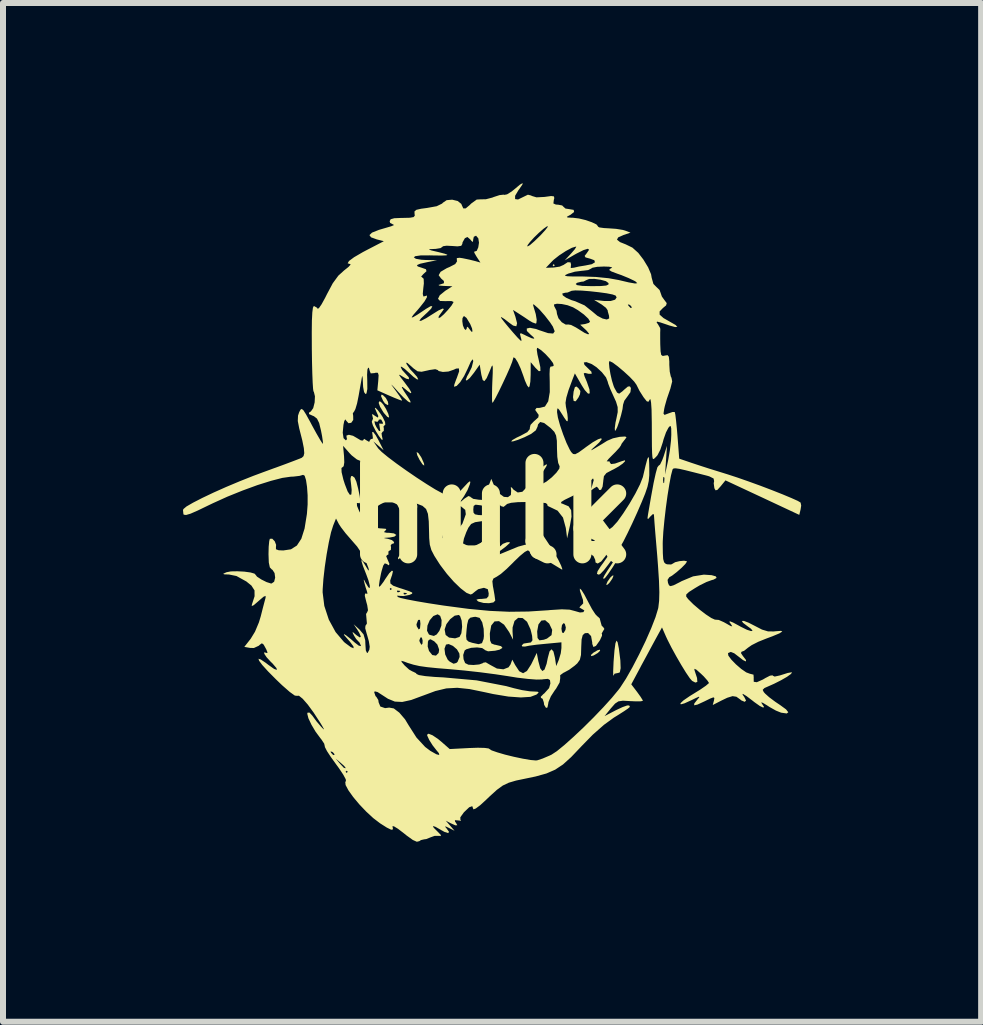
<source format=kicad_pcb>
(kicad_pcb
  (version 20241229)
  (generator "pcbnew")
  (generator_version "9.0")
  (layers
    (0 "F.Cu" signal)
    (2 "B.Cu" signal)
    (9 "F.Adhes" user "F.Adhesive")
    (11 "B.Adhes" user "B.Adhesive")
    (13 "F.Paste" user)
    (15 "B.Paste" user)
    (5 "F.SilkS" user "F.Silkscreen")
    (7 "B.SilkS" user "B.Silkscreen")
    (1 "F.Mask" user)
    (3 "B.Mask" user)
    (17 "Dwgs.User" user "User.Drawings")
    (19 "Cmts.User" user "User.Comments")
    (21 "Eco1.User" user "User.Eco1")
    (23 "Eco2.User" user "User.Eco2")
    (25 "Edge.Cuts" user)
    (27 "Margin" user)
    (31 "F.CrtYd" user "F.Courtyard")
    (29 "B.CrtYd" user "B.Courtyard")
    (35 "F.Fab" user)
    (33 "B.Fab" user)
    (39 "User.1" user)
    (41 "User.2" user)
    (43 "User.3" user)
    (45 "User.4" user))
  (footprint "hulk"
    (layer "F.Cu")
    (at 5.132 5.5)
    (property "Reference" "hulk" (at 0 0 0) (layer "F.SilkS") (effects (font (size 1.524 1.524) (thickness 0.3))))
    (attr board_only exclude_from_pos_files exclude_from_bom)
    (fp_poly (pts (xy 1.064 -4.129) (xy 1.046 -4.111) (xy 1.028 -4.129) (xy 1.046 -4.148)) (stroke (width 0) (type solid)) (fill yes) (layer "F.SilkS"))
    (fp_poly (pts (xy 1.82 2.295) (xy 1.782 2.332) (xy 1.712 2.374) (xy 1.672 2.385) (xy 1.667 2.366) (xy 1.705 2.33) (xy 1.775 2.288) (xy 1.815 2.277)) (stroke (width 0) (type solid)) (fill yes) (layer "F.SilkS"))
    (fp_poly (pts (xy -1.799 -1.964) (xy -1.752 -1.918) (xy -1.718 -1.857) (xy -1.709 -1.81) (xy -1.723 -1.799) (xy -1.767 -1.827) (xy -1.797 -1.87) (xy -1.832 -1.949) (xy -1.822 -1.974)) (stroke (width 0) (type solid)) (fill yes) (layer "F.SilkS"))
    (fp_poly (pts (xy -1.209 -0.999) (xy -1.166 -0.936) (xy -1.156 -0.918) (xy -1.115 -0.825) (xy -1.112 -0.789) (xy -1.142 -0.813) (xy -1.189 -0.885) (xy -1.228 -0.963) (xy -1.238 -1.012) (xy -1.236 -1.015)) (stroke (width 0) (type solid)) (fill yes) (layer "F.SilkS"))
    (fp_poly (pts (xy 0.312 0.502) (xy 0.257 0.551) (xy 0.239 0.567) (xy 0.147 0.635) (xy 0.098 0.656) (xy 0.097 0.628) (xy 0.125 0.581) (xy 0.199 0.514) (xy 0.265 0.488) (xy 0.313 0.485)) (stroke (width 0) (type solid)) (fill yes) (layer "F.SilkS"))
    (fp_poly (pts (xy 2.023 1.094) (xy 2.022 1.095) (xy 1.974 1.165) (xy 1.942 1.195) (xy 1.92 1.197) (xy 1.942 1.145) (xy 1.942 1.144) (xy 1.991 1.074) (xy 2.023 1.044) (xy 2.044 1.042)) (stroke (width 0) (type solid)) (fill yes) (layer "F.SilkS"))
    (fp_poly (pts (xy 1.457 -2.082) (xy 1.491 -2.034) (xy 1.484 -1.979) (xy 1.459 -1.926) (xy 1.413 -1.862) (xy 1.379 -1.867) (xy 1.379 -1.868) (xy 1.368 -1.931) (xy 1.378 -2.024) (xy 1.399 -2.097) (xy 1.424 -2.109)) (stroke (width 0) (type solid)) (fill yes) (layer "F.SilkS"))
    (fp_poly (pts (xy -1.835 -1.853) (xy -1.794 -1.808) (xy -1.748 -1.733) (xy -1.711 -1.654) (xy -1.697 -1.599) (xy -1.7 -1.591) (xy -1.73 -1.606) (xy -1.782 -1.665) (xy -1.795 -1.683) (xy -1.848 -1.771) (xy -1.871 -1.835) (xy -1.86 -1.862)) (stroke (width 0) (type solid)) (fill yes) (layer "F.SilkS"))
    (fp_poly (pts (xy -1.338 0.531) (xy -1.38 0.599) (xy -1.439 0.677) (xy -1.5 0.741) (xy -1.544 0.771) (xy -1.547 0.771) (xy -1.548 0.746) (xy -1.51 0.681) (xy -1.467 0.622) (xy -1.397 0.542) (xy -1.346 0.497) (xy -1.33 0.493)) (stroke (width 0) (type solid)) (fill yes) (layer "F.SilkS"))
    (fp_poly (pts (xy 2.111 2.153) (xy 2.131 2.252) (xy 2.132 2.257) (xy 2.157 2.455) (xy 2.162 2.586) (xy 2.148 2.656) (xy 2.114 2.668) (xy 2.113 2.667) (xy 2.06 2.678) (xy 2.044 2.709) (xy 2.038 2.705) (xy 2.037 2.641) (xy 2.042 2.528) (xy 2.044 2.478) (xy 2.059 2.29) (xy 2.075 2.172) (xy 2.092 2.127)) (stroke (width 0) (type solid)) (fill yes) (layer "F.SilkS"))
    (fp_poly (pts (xy -1.888 -1.718) (xy -1.839 -1.652) (xy -1.803 -1.597) (xy -1.765 -1.518) (xy -1.76 -1.472) (xy -1.767 -1.468) (xy -1.791 -1.441) (xy -1.785 -1.413) (xy -1.786 -1.366) (xy -1.802 -1.358) (xy -1.823 -1.329) (xy -1.817 -1.285) (xy -1.803 -1.222) (xy -1.821 -1.222) (xy -1.868 -1.284) (xy -1.92 -1.367) (xy -1.967 -1.459) (xy -1.986 -1.52) (xy -1.983 -1.529) (xy -1.942 -1.529) (xy -1.931 -1.478) (xy -1.907 -1.429) (xy -1.865 -1.367) (xy -1.844 -1.369) (xy -1.854 -1.433) (xy -1.855 -1.436) (xy -1.863 -1.491) (xy -1.839 -1.489) (xy -1.803 -1.487) (xy -1.799 -1.501) (xy -1.825 -1.552) (xy -1.835 -1.56) (xy -1.869 -1.556) (xy -1.872 -1.542) (xy -1.894 -1.518) (xy -1.909 -1.523) (xy -1.942 -1.529) (xy -1.983 -1.529) (xy -1.981 -1.535) (xy -1.965 -1.573) (xy -1.973 -1.608) (xy -1.983 -1.649) (xy -1.954 -1.636) (xy -1.934 -1.62) (xy -1.883 -1.59) (xy -1.877 -1.617) (xy -1.912 -1.695) (xy -1.935 -1.749) (xy -1.924 -1.753)) (stroke (width 0) (type solid)) (fill yes) (layer "F.SilkS"))
    (fp_poly (pts (xy 2.633 -0.914) (xy 2.637 -0.834) (xy 2.639 -0.741) (xy 2.639 -0.628) (xy 2.63 -0.533) (xy 2.609 -0.437) (xy 2.571 -0.325) (xy 2.511 -0.178) (xy 2.437 -0.007) (xy 2.355 0.173) (xy 2.276 0.338) (xy 2.209 0.471) (xy 2.161 0.556) (xy 2.154 0.566) (xy 2.108 0.65) (xy 2.119 0.688) (xy 2.12 0.688) (xy 2.126 0.725) (xy 2.088 0.809) (xy 2.031 0.902) (xy 1.95 1.021) (xy 1.901 1.084) (xy 1.877 1.099) (xy 1.872 1.08) (xy 1.891 1.041) (xy 1.94 0.962) (xy 1.986 0.894) (xy 2.046 0.801) (xy 2.08 0.734) (xy 2.084 0.714) (xy 2.057 0.732) (xy 2.002 0.797) (xy 1.953 0.863) (xy 1.882 0.954) (xy 1.824 1.014) (xy 1.799 1.028) (xy 1.767 1.015) (xy 1.777 0.971) (xy 1.831 0.886) (xy 1.873 0.829) (xy 1.937 0.737) (xy 1.976 0.666) (xy 1.981 0.645) (xy 1.964 0.647) (xy 1.922 0.698) (xy 1.904 0.725) (xy 1.838 0.807) (xy 1.78 0.842) (xy 1.744 0.825) (xy 1.738 0.78) (xy 1.709 0.717) (xy 1.625 0.661) (xy 1.536 0.61) (xy 1.508 0.571) (xy 1.546 0.551) (xy 1.569 0.549) (xy 1.59 0.537) (xy 1.543 0.505) (xy 1.523 0.495) (xy 1.462 0.464) (xy 1.452 0.451) (xy 1.502 0.451) (xy 1.597 0.459) (xy 1.7 0.467) (xy 1.737 0.464) (xy 1.716 0.449) (xy 1.679 0.432) (xy 1.598 0.389) (xy 1.587 0.361) (xy 1.648 0.351) (xy 1.698 0.354) (xy 1.757 0.355) (xy 1.754 0.347) (xy 1.743 0.344) (xy 1.659 0.312) (xy 1.645 0.289) (xy 1.698 0.279) (xy 1.778 0.284) (xy 1.901 0.289) (xy 1.983 0.265) (xy 2.025 0.234) (xy 2.107 0.144) (xy 2.205 0.007) (xy 2.309 -0.155) (xy 2.407 -0.324) (xy 2.485 -0.478) (xy 2.532 -0.598) (xy 2.536 -0.615) (xy 2.577 -0.789) (xy 2.605 -0.894) (xy 2.623 -0.935)) (stroke (width 0) (type solid)) (fill yes) (layer "F.SilkS"))
    (fp_poly (pts (xy 0.524 -5.474) (xy 0.47 -5.395) (xy 0.459 -5.381) (xy 0.403 -5.287) (xy 0.403 -5.232) (xy 0.452 -5.225) (xy 0.536 -5.266) (xy 0.616 -5.305) (xy 0.672 -5.291) (xy 0.679 -5.285) (xy 0.759 -5.261) (xy 0.894 -5.268) (xy 0.901 -5.269) (xy 1.004 -5.283) (xy 1.05 -5.277) (xy 1.056 -5.248) (xy 1.048 -5.217) (xy 1.041 -5.159) (xy 1.084 -5.14) (xy 1.117 -5.139) (xy 1.187 -5.126) (xy 1.211 -5.102) (xy 1.243 -5.074) (xy 1.303 -5.065) (xy 1.379 -5.052) (xy 1.386 -5.017) (xy 1.326 -4.97) (xy 1.312 -4.963) (xy 1.266 -4.937) (xy 1.276 -4.925) (xy 1.35 -4.921) (xy 1.367 -4.921) (xy 1.466 -4.909) (xy 1.579 -4.882) (xy 1.682 -4.846) (xy 1.758 -4.81) (xy 1.784 -4.779) (xy 1.782 -4.775) (xy 1.806 -4.76) (xy 1.884 -4.749) (xy 1.957 -4.745) (xy 2.086 -4.736) (xy 2.198 -4.718) (xy 2.236 -4.707) (xy 2.326 -4.673) (xy 2.209 -4.633) (xy 2.12 -4.593) (xy 2.101 -4.555) (xy 2.152 -4.515) (xy 2.247 -4.477) (xy 2.358 -4.423) (xy 2.456 -4.335) (xy 2.541 -4.224) (xy 2.62 -4.094) (xy 2.669 -3.979) (xy 2.679 -3.921) (xy 2.708 -3.818) (xy 2.753 -3.772) (xy 2.811 -3.716) (xy 2.826 -3.674) (xy 2.849 -3.608) (xy 2.89 -3.551) (xy 2.93 -3.498) (xy 2.919 -3.46) (xy 2.866 -3.416) (xy 2.811 -3.359) (xy 2.812 -3.306) (xy 2.876 -3.249) (xy 2.979 -3.19) (xy 3.077 -3.134) (xy 3.107 -3.103) (xy 3.071 -3.099) (xy 2.972 -3.126) (xy 2.938 -3.138) (xy 2.825 -3.176) (xy 2.769 -3.19) (xy 2.761 -3.178) (xy 2.786 -3.142) (xy 2.82 -3.083) (xy 2.823 -3.06) (xy 2.821 -3.008) (xy 2.821 -2.908) (xy 2.822 -2.815) (xy 2.827 -2.696) (xy 2.838 -2.635) (xy 2.864 -2.617) (xy 2.9 -2.624) (xy 2.944 -2.631) (xy 2.965 -2.604) (xy 2.973 -2.527) (xy 2.973 -2.469) (xy 2.98 -2.357) (xy 2.998 -2.275) (xy 3.009 -2.254) (xy 3.021 -2.193) (xy 2.991 -2.074) (xy 2.978 -2.036) (xy 2.933 -1.905) (xy 2.898 -1.781) (xy 2.888 -1.736) (xy 2.876 -1.657) (xy 2.893 -1.635) (xy 2.951 -1.657) (xy 2.956 -1.659) (xy 3.028 -1.684) (xy 3.063 -1.684) (xy 3.073 -1.643) (xy 3.085 -1.544) (xy 3.099 -1.405) (xy 3.109 -1.287) (xy 3.138 -0.906) (xy 3.34 -0.837) (xy 3.461 -0.797) (xy 3.627 -0.743) (xy 3.814 -0.685) (xy 3.946 -0.644) (xy 4.108 -0.591) (xy 4.294 -0.526) (xy 4.49 -0.455) (xy 4.684 -0.381) (xy 4.861 -0.311) (xy 5.009 -0.249) (xy 5.114 -0.202) (xy 5.161 -0.174) (xy 5.171 -0.124) (xy 5.161 -0.06) (xy 5.139 0.031) (xy 4.524 -0.257) (xy 3.909 -0.544) (xy 3.829 -0.446) (xy 3.774 -0.385) (xy 3.744 -0.378) (xy 3.724 -0.413) (xy 3.713 -0.496) (xy 3.72 -0.531) (xy 3.711 -0.575) (xy 3.639 -0.611) (xy 3.605 -0.621) (xy 3.393 -0.675) (xy 3.242 -0.713) (xy 3.141 -0.736) (xy 3.079 -0.745) (xy 3.046 -0.743) (xy 3.03 -0.731) (xy 3.026 -0.722) (xy 3.001 -0.627) (xy 2.973 -0.477) (xy 2.943 -0.29) (xy 2.915 -0.084) (xy 2.891 0.123) (xy 2.873 0.313) (xy 2.864 0.468) (xy 2.863 0.513) (xy 2.865 0.669) (xy 2.871 0.767) (xy 2.886 0.821) (xy 2.913 0.847) (xy 2.936 0.855) (xy 3.003 0.858) (xy 3.028 0.845) (xy 3.07 0.82) (xy 3.144 0.802) (xy 3.219 0.795) (xy 3.264 0.804) (xy 3.267 0.81) (xy 3.241 0.849) (xy 3.177 0.914) (xy 3.096 0.985) (xy 3.019 1.044) (xy 2.972 1.071) (xy 2.944 1.114) (xy 2.951 1.164) (xy 2.968 1.205) (xy 2.993 1.219) (xy 3.045 1.204) (xy 3.139 1.157) (xy 3.18 1.135) (xy 3.369 1.056) (xy 3.543 1.028) (xy 3.562 1.028) (xy 3.679 1.036) (xy 3.748 1.056) (xy 3.761 1.082) (xy 3.711 1.11) (xy 3.68 1.118) (xy 3.592 1.15) (xy 3.475 1.208) (xy 3.401 1.252) (xy 3.302 1.315) (xy 3.256 1.357) (xy 3.254 1.391) (xy 3.286 1.434) (xy 3.291 1.439) (xy 3.374 1.522) (xy 3.476 1.609) (xy 3.582 1.69) (xy 3.673 1.75) (xy 3.735 1.778) (xy 3.748 1.778) (xy 3.797 1.782) (xy 3.881 1.819) (xy 3.919 1.84) (xy 3.998 1.885) (xy 4.022 1.888) (xy 4.006 1.861) (xy 3.974 1.816) (xy 3.982 1.804) (xy 4.037 1.826) (xy 4.146 1.885) (xy 4.163 1.895) (xy 4.267 1.946) (xy 4.336 1.968) (xy 4.361 1.962) (xy 4.333 1.928) (xy 4.279 1.889) (xy 4.201 1.83) (xy 4.182 1.799) (xy 4.216 1.798) (xy 4.294 1.828) (xy 4.388 1.876) (xy 4.518 1.943) (xy 4.618 1.973) (xy 4.716 1.974) (xy 4.741 1.971) (xy 4.834 1.964) (xy 4.856 1.975) (xy 4.808 2.006) (xy 4.69 2.055) (xy 4.588 2.093) (xy 4.456 2.146) (xy 4.346 2.202) (xy 4.284 2.245) (xy 4.219 2.297) (xy 4.177 2.312) (xy 4.167 2.334) (xy 4.197 2.38) (xy 4.251 2.45) (xy 4.25 2.474) (xy 4.201 2.451) (xy 4.145 2.407) (xy 4.055 2.338) (xy 3.998 2.315) (xy 3.957 2.332) (xy 3.951 2.338) (xy 3.957 2.377) (xy 4.007 2.444) (xy 4.084 2.523) (xy 4.172 2.599) (xy 4.255 2.656) (xy 4.316 2.679) (xy 4.317 2.679) (xy 4.376 2.694) (xy 4.38 2.749) (xy 4.379 2.753) (xy 4.38 2.813) (xy 4.431 2.82) (xy 4.533 2.775) (xy 4.575 2.75) (xy 4.651 2.711) (xy 4.695 2.705) (xy 4.698 2.712) (xy 4.729 2.726) (xy 4.816 2.707) (xy 4.851 2.696) (xy 4.946 2.666) (xy 5.008 2.655) (xy 5.018 2.657) (xy 5 2.683) (xy 4.933 2.731) (xy 4.834 2.788) (xy 4.719 2.846) (xy 4.647 2.878) (xy 4.559 2.917) (xy 4.529 2.947) (xy 4.547 2.984) (xy 4.57 3.01) (xy 4.637 3.07) (xy 4.74 3.147) (xy 4.819 3.2) (xy 4.919 3.273) (xy 4.956 3.321) (xy 4.93 3.341) (xy 4.839 3.328) (xy 4.832 3.326) (xy 4.75 3.293) (xy 4.645 3.234) (xy 4.605 3.208) (xy 4.533 3.164) (xy 4.504 3.156) (xy 4.512 3.171) (xy 4.551 3.23) (xy 4.539 3.244) (xy 4.481 3.216) (xy 4.384 3.147) (xy 4.371 3.136) (xy 4.259 3.051) (xy 4.199 3.014) (xy 4.193 3.026) (xy 4.222 3.066) (xy 4.252 3.125) (xy 4.23 3.147) (xy 4.173 3.123) (xy 4.154 3.107) (xy 4.091 3.062) (xy 4.027 3.052) (xy 3.939 3.079) (xy 3.847 3.123) (xy 3.697 3.2) (xy 3.717 3.125) (xy 3.724 3.083) (xy 3.708 3.072) (xy 3.655 3.092) (xy 3.557 3.14) (xy 3.442 3.193) (xy 3.387 3.205) (xy 3.389 3.175) (xy 3.441 3.109) (xy 3.474 3.069) (xy 3.467 3.061) (xy 3.41 3.086) (xy 3.347 3.117) (xy 3.226 3.172) (xy 3.164 3.189) (xy 3.158 3.171) (xy 3.209 3.123) (xy 3.314 3.051) (xy 3.371 3.016) (xy 3.492 2.941) (xy 3.583 2.878) (xy 3.63 2.838) (xy 3.634 2.832) (xy 3.609 2.793) (xy 3.547 2.723) (xy 3.5 2.678) (xy 3.423 2.61) (xy 3.39 2.596) (xy 3.394 2.624) (xy 3.435 2.749) (xy 3.44 2.815) (xy 3.407 2.826) (xy 3.353 2.798) (xy 3.314 2.753) (xy 3.25 2.659) (xy 3.172 2.532) (xy 3.088 2.387) (xy 3.009 2.243) (xy 2.943 2.113) (xy 2.92 2.064) (xy 2.851 1.907) (xy 2.745 2.1) (xy 2.675 2.229) (xy 2.588 2.391) (xy 2.5 2.553) (xy 2.489 2.575) (xy 2.339 2.855) (xy 2.436 2.982) (xy 2.495 3.064) (xy 2.529 3.119) (xy 2.533 3.129) (xy 2.5 3.138) (xy 2.414 3.139) (xy 2.322 3.135) (xy 2.2 3.128) (xy 2.125 3.139) (xy 2.069 3.176) (xy 2.004 3.25) (xy 2.002 3.252) (xy 1.894 3.385) (xy 2.086 3.285) (xy 2.193 3.235) (xy 2.272 3.207) (xy 2.302 3.207) (xy 2.314 3.221) (xy 2.312 3.235) (xy 2.284 3.259) (xy 2.221 3.302) (xy 2.111 3.372) (xy 2.049 3.41) (xy 1.884 3.53) (xy 1.698 3.694) (xy 1.51 3.886) (xy 1.498 3.899) (xy 1.337 4.068) (xy 1.201 4.191) (xy 1.07 4.278) (xy 0.925 4.341) (xy 0.745 4.391) (xy 0.587 4.424) (xy 0.419 4.459) (xy 0.297 4.495) (xy 0.198 4.542) (xy 0.1 4.613) (xy -0.017 4.719) (xy -0.083 4.782) (xy -0.179 4.87) (xy -0.253 4.925) (xy -0.291 4.939) (xy -0.294 4.934) (xy -0.311 4.886) (xy -0.362 4.904) (xy -0.448 4.986) (xy -0.451 4.989) (xy -0.51 5.071) (xy -0.509 5.114) (xy -0.503 5.118) (xy -0.498 5.129) (xy -0.543 5.124) (xy -0.601 5.119) (xy -0.597 5.145) (xy -0.585 5.16) (xy -0.56 5.204) (xy -0.594 5.205) (xy -0.672 5.17) (xy -0.752 5.128) (xy -0.679 5.212) (xy -0.606 5.296) (xy -0.697 5.25) (xy -0.757 5.222) (xy -0.761 5.232) (xy -0.743 5.252) (xy -0.699 5.313) (xy -0.711 5.335) (xy -0.774 5.315) (xy -0.821 5.289) (xy -0.922 5.231) (xy -0.967 5.216) (xy -0.954 5.245) (xy -0.892 5.307) (xy -0.835 5.366) (xy -0.837 5.385) (xy -0.856 5.381) (xy -0.939 5.381) (xy -1.003 5.404) (xy -1.076 5.434) (xy -1.114 5.439) (xy -1.166 5.451) (xy -1.193 5.469) (xy -1.235 5.479) (xy -1.302 5.449) (xy -1.405 5.375) (xy -1.452 5.337) (xy -1.549 5.263) (xy -1.616 5.222) (xy -1.642 5.219) (xy -1.64 5.225) (xy -1.632 5.272) (xy -1.661 5.279) (xy -1.735 5.243) (xy -1.847 5.172) (xy -1.961 5.085) (xy -2.08 4.975) (xy -2.195 4.854) (xy -2.296 4.733) (xy -2.375 4.622) (xy -2.422 4.534) (xy -2.428 4.48) (xy -2.416 4.47) (xy -2.42 4.437) (xy -2.461 4.361) (xy -2.493 4.313) (xy -2.423 4.313) (xy -2.404 4.331) (xy -2.386 4.313) (xy -2.404 4.295) (xy -2.423 4.313) (xy -2.493 4.313) (xy -2.533 4.253) (xy -2.582 4.186) (xy -2.649 4.093) (xy -2.588 4.093) (xy -2.518 4.175) (xy -2.453 4.245) (xy -2.424 4.255) (xy -2.423 4.245) (xy -2.447 4.215) (xy -2.505 4.163) (xy -2.588 4.093) (xy -2.649 4.093) (xy -2.669 4.065) (xy -2.728 3.975) (xy -2.674 3.975) (xy -2.665 3.995) (xy -2.628 4.035) (xy -2.606 4.027) (xy -2.606 4.021) (xy -2.632 3.99) (xy -2.648 3.979) (xy -2.674 3.975) (xy -2.728 3.975) (xy -2.734 3.965) (xy -2.767 3.901) (xy -2.769 3.887) (xy -2.779 3.844) (xy -2.826 3.773) (xy -2.84 3.756) (xy -2.922 3.645) (xy -2.992 3.527) (xy -3.042 3.421) (xy -3.061 3.346) (xy -3.057 3.328) (xy -3.024 3.326) (xy -2.976 3.378) (xy -2.908 3.471) (xy -2.833 3.559) (xy -2.79 3.604) (xy -2.783 3.602) (xy -2.814 3.546) (xy -2.85 3.487) (xy -2.955 3.326) (xy -3.053 3.192) (xy -3.137 3.096) (xy -3.2 3.045) (xy -3.23 3.047) (xy -3.268 3.043) (xy -3.352 2.983) (xy -3.481 2.87) (xy -3.58 2.775) (xy -3.715 2.639) (xy -3.811 2.533) (xy -3.864 2.462) (xy -3.874 2.429) (xy -3.838 2.44) (xy -3.753 2.497) (xy -3.709 2.531) (xy -3.613 2.599) (xy -3.567 2.615) (xy -3.575 2.584) (xy -3.639 2.509) (xy -3.671 2.478) (xy -3.739 2.404) (xy -3.777 2.347) (xy -3.778 2.32) (xy -3.74 2.333) (xy -3.722 2.328) (xy -3.745 2.271) (xy -3.788 2.193) (xy -3.817 2.171) (xy -3.851 2.195) (xy -3.869 2.212) (xy -3.951 2.25) (xy -4.017 2.248) (xy -4.11 2.231) (xy -4.004 2.096) (xy -3.932 1.978) (xy -3.867 1.823) (xy -3.837 1.724) (xy -3.803 1.59) (xy -3.773 1.476) (xy -3.756 1.413) (xy -3.755 1.381) (xy -3.789 1.395) (xy -3.864 1.459) (xy -3.874 1.468) (xy -3.953 1.536) (xy -3.987 1.551) (xy -3.983 1.523) (xy -3.939 1.387) (xy -3.94 1.321) (xy -2.805 1.321) (xy -2.777 1.548) (xy -2.702 1.777) (xy -2.589 1.984) (xy -2.451 2.147) (xy -2.433 2.163) (xy -2.336 2.235) (xy -2.288 2.254) (xy -2.292 2.223) (xy -2.35 2.145) (xy -2.388 2.102) (xy -2.445 2.036) (xy -2.451 2.016) (xy -2.413 2.039) (xy -2.334 2.102) (xy -2.267 2.161) (xy -2.203 2.21) (xy -2.168 2.218) (xy -2.166 2.211) (xy -2.193 2.155) (xy -2.202 2.147) (xy -2.247 2.099) (xy -2.281 2.044) (xy -2.308 1.99) (xy -2.296 1.989) (xy -2.244 2.034) (xy -2.185 2.074) (xy -2.168 2.06) (xy -2.194 1.998) (xy -2.227 1.944) (xy -2.288 1.854) (xy -2.19 1.943) (xy -2.123 2.023) (xy -2.095 2.121) (xy -2.092 2.193) (xy -2.085 2.291) (xy -2.065 2.332) (xy -2.055 2.331) (xy -2.027 2.28) (xy -2.02 2.228) (xy -2.021 2.224) (xy -1.054 2.224) (xy -1.032 2.299) (xy -0.977 2.367) (xy -0.916 2.377) (xy -0.872 2.333) (xy -0.863 2.28) (xy -0.868 2.262) (xy -0.774 2.262) (xy -0.762 2.358) (xy -0.72 2.445) (xy -0.689 2.475) (xy -0.623 2.512) (xy -0.577 2.499) (xy -0.556 2.481) (xy -0.522 2.399) (xy -0.524 2.366) (xy -0.462 2.366) (xy -0.456 2.437) (xy -0.43 2.501) (xy -0.376 2.528) (xy -0.292 2.533) (xy -0.195 2.524) (xy -0.134 2.502) (xy -0.128 2.495) (xy -0.086 2.488) (xy -0.011 2.532) (xy 0.1 2.592) (xy 0.208 2.605) (xy 0.293 2.572) (xy 0.326 2.525) (xy 0.356 2.444) (xy 0.404 2.534) (xy 0.472 2.637) (xy 0.536 2.67) (xy 0.6 2.633) (xy 0.67 2.524) (xy 0.685 2.494) (xy 0.764 2.331) (xy 0.79 2.469) (xy 0.822 2.588) (xy 0.857 2.634) (xy 0.893 2.609) (xy 0.928 2.513) (xy 0.948 2.414) (xy 0.977 2.306) (xy 1.01 2.271) (xy 1.042 2.308) (xy 1.067 2.412) (xy 1.088 2.551) (xy 1.131 2.448) (xy 1.164 2.338) (xy 1.175 2.25) (xy 1.175 2.155) (xy 0.898 2.181) (xy 0.757 2.195) (xy 0.64 2.211) (xy 0.572 2.225) (xy 0.568 2.226) (xy 0.521 2.224) (xy 0.514 2.206) (xy 0.545 2.176) (xy 0.606 2.166) (xy 0.666 2.157) (xy 0.692 2.122) (xy 0.686 2.046) (xy 0.671 1.983) (xy 0.771 1.983) (xy 0.777 2.083) (xy 0.808 2.122) (xy 0.881 2.112) (xy 0.934 2.093) (xy 1.01 2.035) (xy 1.021 1.948) (xy 1.012 1.929) (xy 1.175 1.929) (xy 1.186 1.992) (xy 1.211 2) (xy 1.242 1.949) (xy 1.248 1.907) (xy 1.232 1.848) (xy 1.211 1.835) (xy 1.184 1.867) (xy 1.175 1.929) (xy 1.012 1.929) (xy 0.971 1.843) (xy 0.903 1.786) (xy 0.84 1.793) (xy 0.792 1.857) (xy 0.771 1.97) (xy 0.771 1.983) (xy 0.671 1.983) (xy 0.659 1.937) (xy 0.602 1.813) (xy 0.529 1.751) (xy 0.454 1.747) (xy 0.393 1.799) (xy 0.361 1.907) (xy 0.36 1.973) (xy 0.369 2.111) (xy 0.304 1.985) (xy 0.219 1.861) (xy 0.134 1.802) (xy 0.06 1.807) (xy 0.005 1.875) (xy -0.018 2.004) (xy -0.018 2.023) (xy -0.014 2.124) (xy 0.008 2.174) (xy 0.058 2.194) (xy 0.073 2.196) (xy 0.169 2.219) (xy 0.192 2.248) (xy 0.143 2.278) (xy 0.069 2.295) (xy -0.048 2.305) (xy -0.101 2.284) (xy -0.102 2.28) (xy -0.146 2.251) (xy -0.231 2.24) (xy -0.329 2.247) (xy -0.41 2.271) (xy -0.438 2.291) (xy -0.462 2.366) (xy -0.524 2.366) (xy -0.527 2.34) (xy -0.566 2.273) (xy -0.633 2.215) (xy -0.704 2.184) (xy -0.749 2.193) (xy -0.774 2.262) (xy -0.868 2.262) (xy -0.893 2.192) (xy -0.945 2.138) (xy -1.007 2.104) (xy -1.037 2.117) (xy -1.05 2.145) (xy -1.054 2.224) (xy -2.021 2.224) (xy -2.034 2.14) (xy -2.039 2.121) (xy -1.193 2.121) (xy -1.187 2.148) (xy -1.159 2.198) (xy -1.141 2.177) (xy -1.138 2.127) (xy -1.151 2.076) (xy -1.173 2.073) (xy -1.193 2.121) (xy -2.039 2.121) (xy -2.065 2.029) (xy -2.071 2.01) (xy -2.084 1.962) (xy -1.065 1.962) (xy -1.034 2.023) (xy -1.019 2.031) (xy -0.951 2.049) (xy -0.904 2.024) (xy -0.859 1.964) (xy -0.852 1.945) (xy -0.771 1.945) (xy -0.755 2.032) (xy -0.698 2.076) (xy -0.597 2.089) (xy -0.523 2.065) (xy -0.516 2.05) (xy -0.414 2.05) (xy -0.406 2.112) (xy -0.373 2.143) (xy -0.313 2.163) (xy -0.206 2.186) (xy -0.149 2.169) (xy -0.123 2.101) (xy -0.117 2.051) (xy -0.121 1.93) (xy -0.145 1.822) (xy -0.188 1.748) (xy -0.255 1.73) (xy -0.284 1.732) (xy -0.344 1.745) (xy -0.377 1.78) (xy -0.396 1.857) (xy -0.405 1.937) (xy -0.414 2.05) (xy -0.516 2.05) (xy -0.493 2.005) (xy -0.48 1.897) (xy -0.488 1.793) (xy -0.514 1.718) (xy -0.535 1.699) (xy -0.604 1.711) (xy -0.679 1.769) (xy -0.742 1.852) (xy -0.771 1.938) (xy -0.771 1.945) (xy -0.852 1.945) (xy -0.826 1.877) (xy -0.822 1.785) (xy -0.846 1.714) (xy -0.888 1.688) (xy -0.96 1.717) (xy -1.02 1.787) (xy -1.058 1.876) (xy -1.065 1.962) (xy -2.084 1.962) (xy -2.095 1.921) (xy -2.091 1.875) (xy -2.085 1.872) (xy -2.075 1.855) (xy -1.241 1.855) (xy -1.236 1.888) (xy -1.204 1.941) (xy -1.182 1.924) (xy -1.175 1.846) (xy -1.182 1.781) (xy -1.208 1.781) (xy -1.216 1.789) (xy -1.241 1.855) (xy -2.075 1.855) (xy -2.067 1.841) (xy -2.074 1.763) (xy -2.074 1.762) (xy -2.081 1.683) (xy -2.062 1.652) (xy -2.049 1.62) (xy -2.062 1.535) (xy -2.076 1.485) (xy -2.102 1.381) (xy -2.098 1.341) (xy -2.085 1.344) (xy -2.057 1.345) (xy -2.06 1.334) (xy -1.456 1.334) (xy -1.451 1.355) (xy -1.432 1.358) (xy -1.401 1.345) (xy -1.407 1.334) (xy -1.451 1.329) (xy -1.456 1.334) (xy -2.06 1.334) (xy -2.063 1.318) (xy -2.069 1.297) (xy -1.566 1.297) (xy -1.561 1.319) (xy -1.542 1.321) (xy -1.511 1.308) (xy -1.517 1.297) (xy -1.561 1.293) (xy -1.566 1.297) (xy -2.069 1.297) (xy -2.079 1.266) (xy -1.688 1.266) (xy -1.67 1.285) (xy -1.652 1.266) (xy -1.67 1.248) (xy -1.688 1.266) (xy -2.079 1.266) (xy -2.087 1.243) (xy -2.106 1.175) (xy -2.121 1.112) (xy -2.112 1.117) (xy -2.087 1.165) (xy -2.042 1.239) (xy -2.019 1.251) (xy -2.019 1.21) (xy -2.041 1.124) (xy -2.076 1.028) (xy -2.132 0.885) (xy -2.158 0.802) (xy -2.155 0.782) (xy -2.122 0.827) (xy -2.089 0.881) (xy -2.047 0.951) (xy -2.033 0.958) (xy -2.041 0.918) (xy -2.11 0.739) (xy -2.23 0.559) (xy -2.33 0.444) (xy -2.422 0.338) (xy -2.498 0.239) (xy -2.534 0.184) (xy -2.582 0.092) (xy -2.629 0.208) (xy -2.665 0.322) (xy -2.702 0.489) (xy -2.738 0.688) (xy -2.769 0.898) (xy -2.792 1.099) (xy -2.804 1.269) (xy -2.805 1.321) (xy -3.94 1.321) (xy -3.94 1.29) (xy -3.991 1.21) (xy -4.076 1.141) (xy -4.241 1.05) (xy -4.364 1.025) (xy -4.447 1.022) (xy -4.462 1.013) (xy -4.418 0.992) (xy -4.406 0.987) (xy -4.333 0.973) (xy -4.226 0.971) (xy -4.11 0.977) (xy -4.007 0.991) (xy -3.941 1.01) (xy -3.927 1.024) (xy -3.898 1.061) (xy -3.826 1.108) (xy -3.74 1.151) (xy -3.668 1.174) (xy -3.656 1.175) (xy -3.613 1.145) (xy -3.596 1.077) (xy -3.606 1.001) (xy -3.641 0.947) (xy -3.652 0.941) (xy -3.685 0.906) (xy -3.702 0.825) (xy -3.707 0.686) (xy -3.704 0.562) (xy -3.695 0.469) (xy -3.685 0.43) (xy -3.645 0.428) (xy -3.603 0.471) (xy -3.58 0.531) (xy -3.583 0.566) (xy -3.583 0.604) (xy -3.537 0.621) (xy -3.461 0.624) (xy -3.333 0.605) (xy -3.234 0.542) (xy -3.16 0.429) (xy -3.106 0.259) (xy -3.068 0.023) (xy -3.066 0.006) (xy -3.055 -0.142) (xy -3.055 -0.295) (xy -3.065 -0.436) (xy -3.082 -0.55) (xy -3.105 -0.622) (xy -3.131 -0.636) (xy -3.189 -0.619) (xy -3.291 -0.607) (xy -3.338 -0.605) (xy -3.477 -0.585) (xy -3.666 -0.536) (xy -3.892 -0.465) (xy -4.138 -0.375) (xy -4.391 -0.273) (xy -4.636 -0.162) (xy -4.709 -0.127) (xy -4.885 -0.042) (xy -5.006 0.011) (xy -5.081 0.033) (xy -5.118 0.028) (xy -5.125 0.019) (xy -5.132 -0.048) (xy -5.125 -0.066) (xy -5.074 -0.109) (xy -4.965 -0.172) (xy -4.811 -0.251) (xy -4.622 -0.341) (xy -4.411 -0.435) (xy -4.187 -0.529) (xy -3.963 -0.618) (xy -3.799 -0.679) (xy -3.605 -0.75) (xy -2.491 -0.75) (xy -2.489 -0.681) (xy -2.459 -0.556) (xy -2.435 -0.481) (xy -2.388 -0.359) (xy -2.35 -0.302) (xy -2.326 -0.31) (xy -2.321 -0.385) (xy -2.329 -0.463) (xy -2.341 -0.568) (xy -2.331 -0.614) (xy -2.308 -0.616) (xy -2.273 -0.589) (xy -2.243 -0.523) (xy -2.213 -0.407) (xy -2.187 -0.281) (xy -2.176 -0.188) (xy -2.191 -0.16) (xy -2.2 -0.164) (xy -2.234 -0.167) (xy -2.232 -0.119) (xy -2.197 -0.035) (xy -2.176 0.004) (xy -2.101 0.094) (xy -2.013 0.155) (xy -1.949 0.195) (xy -1.932 0.228) (xy -1.932 0.228) (xy -1.913 0.247) (xy -1.842 0.257) (xy -1.828 0.257) (xy -1.753 0.263) (xy -1.744 0.28) (xy -1.762 0.294) (xy -1.783 0.318) (xy -1.742 0.329) (xy -1.698 0.33) (xy -1.616 0.34) (xy -1.579 0.364) (xy -1.578 0.367) (xy -1.61 0.394) (xy -1.689 0.409) (xy -1.698 0.409) (xy -1.773 0.414) (xy -1.778 0.419) (xy -1.716 0.43) (xy -1.649 0.452) (xy -1.613 0.485) (xy -1.622 0.509) (xy -1.651 0.514) (xy -1.671 0.541) (xy -1.665 0.569) (xy -1.668 0.616) (xy -1.687 0.624) (xy -1.712 0.646) (xy -1.707 0.661) (xy -1.71 0.694) (xy -1.724 0.697) (xy -1.746 0.718) (xy -1.726 0.768) (xy -1.692 0.847) (xy -1.7 0.872) (xy -1.738 0.849) (xy -1.769 0.839) (xy -1.795 0.876) (xy -1.823 0.971) (xy -1.833 1.013) (xy -1.855 1.126) (xy -1.866 1.206) (xy -1.865 1.231) (xy -1.839 1.211) (xy -1.79 1.146) (xy -1.761 1.1) (xy -1.695 1.004) (xy -1.65 0.96) (xy -1.633 0.971) (xy -1.649 1.039) (xy -1.653 1.048) (xy -1.679 1.126) (xy -1.675 1.175) (xy -1.63 1.211) (xy -1.532 1.247) (xy -1.477 1.264) (xy -1.364 1.302) (xy -1.312 1.326) (xy -1.313 1.345) (xy -1.358 1.365) (xy -1.454 1.384) (xy -1.519 1.381) (xy -1.564 1.377) (xy -1.552 1.4) (xy -1.505 1.416) (xy -1.398 1.44) (xy -1.241 1.47) (xy -1.046 1.503) (xy -0.825 1.537) (xy -0.785 1.543) (xy -0.378 1.597) (xy -0.021 1.631) (xy 0.306 1.646) (xy 0.623 1.642) (xy 0.95 1.621) (xy 0.991 1.617) (xy 1.181 1.605) (xy 1.313 1.611) (xy 1.4 1.634) (xy 1.484 1.658) (xy 1.541 1.652) (xy 1.557 1.623) (xy 1.518 1.6) (xy 1.474 1.574) (xy 1.498 1.546) (xy 1.505 1.541) (xy 1.538 1.506) (xy 1.534 1.447) (xy 1.514 1.39) (xy 1.483 1.294) (xy 1.482 1.259) (xy 1.508 1.282) (xy 1.556 1.358) (xy 1.621 1.482) (xy 1.684 1.6) (xy 1.74 1.686) (xy 1.777 1.725) (xy 1.78 1.725) (xy 1.813 1.756) (xy 1.826 1.807) (xy 1.846 1.878) (xy 1.872 1.903) (xy 1.891 1.932) (xy 1.869 1.967) (xy 1.845 2.01) (xy 1.851 2.019) (xy 1.851 2.046) (xy 1.82 2.113) (xy 1.811 2.129) (xy 1.75 2.215) (xy 1.708 2.233) (xy 1.689 2.182) (xy 1.688 2.156) (xy 1.669 2.051) (xy 1.619 2) (xy 1.566 2.003) (xy 1.53 2.035) (xy 1.511 2.107) (xy 1.505 2.234) (xy 1.505 2.24) (xy 1.501 2.366) (xy 1.482 2.446) (xy 1.439 2.506) (xy 1.395 2.545) (xy 1.303 2.613) (xy 1.22 2.658) (xy 1.21 2.662) (xy 1.154 2.703) (xy 1.155 2.75) (xy 1.145 2.824) (xy 1.086 2.927) (xy 1.065 2.954) (xy 0.999 3.055) (xy 0.959 3.15) (xy 0.954 3.182) (xy 0.942 3.241) (xy 0.918 3.248) (xy 0.887 3.197) (xy 0.881 3.154) (xy 0.861 3.096) (xy 0.835 3.082) (xy 0.83 3.063) (xy 0.874 3.018) (xy 0.89 3.006) (xy 0.969 2.918) (xy 0.991 2.841) (xy 0.984 2.784) (xy 0.95 2.764) (xy 0.868 2.771) (xy 0.853 2.774) (xy 0.76 2.776) (xy 0.615 2.765) (xy 0.438 2.744) (xy 0.283 2.719) (xy 0.071 2.687) (xy -0.182 2.654) (xy -0.444 2.625) (xy -0.672 2.604) (xy -0.895 2.586) (xy -1.062 2.569) (xy -1.189 2.551) (xy -1.291 2.528) (xy -1.386 2.499) (xy -1.45 2.475) (xy -1.492 2.463) (xy -1.488 2.483) (xy -1.435 2.545) (xy -1.434 2.545) (xy -1.363 2.61) (xy -1.305 2.642) (xy -1.3 2.643) (xy -1.248 2.669) (xy -1.241 2.682) (xy -1.2 2.701) (xy -1.095 2.718) (xy -0.938 2.732) (xy -0.788 2.74) (xy -0.239 2.789) (xy 0.255 2.885) (xy 0.383 2.92) (xy 0.519 2.952) (xy 0.651 2.972) (xy 0.695 2.974) (xy 0.777 2.978) (xy 0.796 2.992) (xy 0.762 3.024) (xy 0.759 3.026) (xy 0.659 3.064) (xy 0.499 3.074) (xy 0.289 3.059) (xy 0.037 3.017) (xy -0.11 2.985) (xy -0.358 2.934) (xy -0.561 2.913) (xy -0.743 2.923) (xy -0.926 2.967) (xy -1.133 3.044) (xy -1.134 3.044) (xy -1.328 3.116) (xy -1.478 3.149) (xy -1.601 3.143) (xy -1.716 3.096) (xy -1.793 3.046) (xy -1.889 2.984) (xy -1.937 2.972) (xy -1.945 2.989) (xy -1.923 3.052) (xy -1.909 3.065) (xy -1.877 3.117) (xy -1.872 3.155) (xy -1.843 3.225) (xy -1.764 3.252) (xy -1.696 3.243) (xy -1.619 3.257) (xy -1.527 3.327) (xy -1.432 3.438) (xy -1.369 3.542) (xy -1.241 3.742) (xy -1.096 3.899) (xy -1.01 3.964) (xy -0.909 4.021) (xy -0.861 4.033) (xy -0.868 4.002) (xy -0.907 3.955) (xy -0.972 3.872) (xy -1.029 3.781) (xy -1.062 3.709) (xy -1.064 3.695) (xy -1.04 3.678) (xy -0.974 3.704) (xy -0.883 3.765) (xy -0.825 3.813) (xy -0.687 3.934) (xy -0.364 3.917) (xy -0.218 3.912) (xy -0.104 3.915) (xy -0.038 3.924) (xy -0.029 3.93) (xy 0.011 3.956) (xy 0.106 3.989) (xy 0.236 4.027) (xy 0.383 4.063) (xy 0.53 4.094) (xy 0.658 4.116) (xy 0.748 4.124) (xy 0.771 4.122) (xy 0.862 4.092) (xy 0.977 4.043) (xy 1.009 4.028) (xy 1.099 3.969) (xy 1.225 3.866) (xy 1.377 3.73) (xy 1.544 3.573) (xy 1.713 3.405) (xy 1.874 3.237) (xy 2.015 3.081) (xy 2.125 2.948) (xy 2.151 2.914) (xy 2.25 2.762) (xy 2.359 2.57) (xy 2.471 2.354) (xy 2.578 2.133) (xy 2.671 1.921) (xy 2.743 1.736) (xy 2.786 1.594) (xy 2.79 1.575) (xy 2.803 1.465) (xy 2.807 1.32) (xy 2.801 1.131) (xy 2.785 0.887) (xy 2.772 0.715) (xy 2.754 0.502) (xy 2.738 0.314) (xy 2.726 0.162) (xy 2.719 0.061) (xy 2.716 0.022) (xy 2.698 0.019) (xy 2.658 0.057) (xy 2.619 0.101) (xy 2.609 0.088) (xy 2.619 0.018) (xy 2.669 -0.272) (xy 2.711 -0.5) (xy 2.722 -0.551) (xy 2.869 -0.551) (xy 2.875 -0.498) (xy 2.887 -0.505) (xy 2.892 -0.58) (xy 2.887 -0.596) (xy 2.874 -0.601) (xy 2.869 -0.551) (xy 2.722 -0.551) (xy 2.747 -0.664) (xy 2.774 -0.761) (xy 2.793 -0.787) (xy 2.819 -0.808) (xy 2.855 -0.882) (xy 2.878 -0.944) (xy 2.934 -1.12) (xy 2.902 -0.642) (xy 2.954 -0.881) (xy 2.982 -1.041) (xy 3.001 -1.205) (xy 3.006 -1.303) (xy 3.005 -1.408) (xy 2.996 -1.45) (xy 2.974 -1.441) (xy 2.957 -1.419) (xy 2.918 -1.344) (xy 2.878 -1.231) (xy 2.863 -1.175) (xy 2.824 -1.057) (xy 2.776 -0.963) (xy 2.753 -0.937) (xy 2.729 -0.913) (xy 2.711 -0.899) (xy 2.699 -0.902) (xy 2.691 -0.933) (xy 2.686 -1) (xy 2.683 -1.111) (xy 2.682 -1.276) (xy 2.681 -1.504) (xy 2.68 -1.56) (xy 2.677 -1.724) (xy 2.669 -1.839) (xy 2.659 -1.896) (xy 2.649 -1.894) (xy 2.625 -1.854) (xy 2.597 -1.862) (xy 2.547 -1.925) (xy 2.54 -1.935) (xy 2.476 -2.036) (xy 2.429 -2.13) (xy 2.427 -2.135) (xy 2.388 -2.19) (xy 2.311 -2.271) (xy 2.214 -2.36) (xy 2.114 -2.444) (xy 2.029 -2.507) (xy 1.976 -2.533) (xy 1.975 -2.533) (xy 1.967 -2.501) (xy 1.974 -2.421) (xy 1.992 -2.315) (xy 2.017 -2.206) (xy 2.045 -2.116) (xy 2.058 -2.085) (xy 2.102 -2.007) (xy 2.137 -1.989) (xy 2.19 -2.027) (xy 2.22 -2.055) (xy 2.283 -2.108) (xy 2.317 -2.11) (xy 2.333 -2.082) (xy 2.325 -2.014) (xy 2.279 -1.948) (xy 2.223 -1.871) (xy 2.202 -1.805) (xy 2.193 -1.732) (xy 2.169 -1.632) (xy 2.138 -1.525) (xy 2.106 -1.433) (xy 2.079 -1.377) (xy 2.067 -1.371) (xy 2.064 -1.415) (xy 2.076 -1.506) (xy 2.091 -1.573) (xy 2.113 -1.682) (xy 2.112 -1.765) (xy 2.085 -1.855) (xy 2.04 -1.954) (xy 1.989 -2.067) (xy 1.955 -2.155) (xy 1.945 -2.192) (xy 1.918 -2.26) (xy 1.849 -2.347) (xy 1.759 -2.43) (xy 1.682 -2.481) (xy 1.592 -2.515) (xy 1.548 -2.509) (xy 1.559 -2.469) (xy 1.606 -2.423) (xy 1.673 -2.357) (xy 1.681 -2.321) (xy 1.628 -2.32) (xy 1.615 -2.323) (xy 1.565 -2.335) (xy 1.547 -2.325) (xy 1.56 -2.278) (xy 1.599 -2.185) (xy 1.642 -2.06) (xy 1.647 -1.994) (xy 1.619 -1.989) (xy 1.564 -2.049) (xy 1.514 -2.127) (xy 1.399 -2.327) (xy 1.357 -2.219) (xy 1.293 -2.046) (xy 1.257 -1.924) (xy 1.243 -1.837) (xy 1.25 -1.771) (xy 1.252 -1.762) (xy 1.274 -1.65) (xy 1.281 -1.578) (xy 1.279 -1.53) (xy 1.261 -1.533) (xy 1.22 -1.591) (xy 1.194 -1.633) (xy 1.139 -1.719) (xy 1.113 -1.747) (xy 1.104 -1.722) (xy 1.102 -1.681) (xy 1.116 -1.592) (xy 1.152 -1.461) (xy 1.203 -1.312) (xy 1.259 -1.169) (xy 1.313 -1.057) (xy 1.338 -1.016) (xy 1.369 -0.984) (xy 1.405 -0.98) (xy 1.462 -1.01) (xy 1.558 -1.079) (xy 1.584 -1.099) (xy 1.699 -1.18) (xy 1.786 -1.229) (xy 1.838 -1.246) (xy 1.846 -1.228) (xy 1.804 -1.175) (xy 1.76 -1.134) (xy 1.687 -1.068) (xy 1.667 -1.044) (xy 1.698 -1.059) (xy 1.743 -1.085) (xy 1.848 -1.148) (xy 1.938 -1.204) (xy 2.034 -1.245) (xy 2.149 -1.27) (xy 2.153 -1.27) (xy 2.237 -1.275) (xy 2.26 -1.263) (xy 2.233 -1.225) (xy 2.225 -1.216) (xy 2.179 -1.156) (xy 2.166 -1.126) (xy 2.141 -1.089) (xy 2.079 -1.021) (xy 2.028 -0.97) (xy 1.96 -0.901) (xy 1.93 -0.863) (xy 1.936 -0.861) (xy 1.977 -0.86) (xy 1.982 -0.842) (xy 2.002 -0.816) (xy 2.068 -0.824) (xy 2.184 -0.865) (xy 2.235 -0.879) (xy 2.235 -0.862) (xy 2.197 -0.824) (xy 2.131 -0.777) (xy 2.048 -0.73) (xy 2.019 -0.716) (xy 1.925 -0.666) (xy 1.883 -0.614) (xy 1.872 -0.535) (xy 1.872 -0.529) (xy 1.861 -0.44) (xy 1.836 -0.387) (xy 1.806 -0.383) (xy 1.789 -0.413) (xy 1.764 -0.439) (xy 1.713 -0.409) (xy 1.712 -0.407) (xy 1.671 -0.378) (xy 1.667 -0.398) (xy 1.688 -0.458) (xy 1.713 -0.548) (xy 1.702 -0.577) (xy 1.661 -0.54) (xy 1.629 -0.49) (xy 1.545 -0.398) (xy 1.4 -0.305) (xy 1.344 -0.276) (xy 1.229 -0.22) (xy 1.173 -0.185) (xy 1.168 -0.164) (xy 1.207 -0.149) (xy 1.208 -0.148) (xy 1.294 -0.112) (xy 1.337 -0.047) (xy 1.343 0.06) (xy 1.318 0.203) (xy 1.27 0.422) (xy 1.248 0.25) (xy 1.201 0.076) (xy 1.111 -0.039) (xy 1.005 -0.09) (xy 0.946 -0.118) (xy 0.937 -0.148) (xy 0.914 -0.165) (xy 0.825 -0.177) (xy 0.678 -0.183) (xy 0.621 -0.184) (xy 0.449 -0.181) (xy 0.336 -0.17) (xy 0.27 -0.151) (xy 0.242 -0.127) (xy 0.211 -0.102) (xy 0.17 -0.114) (xy 0.103 -0.172) (xy 0.062 -0.213) (xy -0.017 -0.299) (xy -0.052 -0.359) (xy -0.051 -0.415) (xy -0.035 -0.462) (xy 0.006 -0.569) (xy 0.052 -0.459) (xy 0.127 -0.334) (xy 0.216 -0.269) (xy 0.283 -0.264) (xy 0.332 -0.3) (xy 0.337 -0.368) (xy 0.331 -0.43) (xy 0.348 -0.425) (xy 0.376 -0.39) (xy 0.447 -0.342) (xy 0.524 -0.354) (xy 0.586 -0.419) (xy 0.605 -0.47) (xy 0.645 -0.547) (xy 0.724 -0.644) (xy 0.796 -0.713) (xy 0.885 -0.787) (xy 0.928 -0.814) (xy 0.932 -0.798) (xy 0.918 -0.769) (xy 0.86 -0.679) (xy 0.783 -0.584) (xy 0.778 -0.578) (xy 0.716 -0.497) (xy 0.716 -0.454) (xy 0.774 -0.453) (xy 0.838 -0.475) (xy 0.926 -0.524) (xy 1.015 -0.595) (xy 1.091 -0.672) (xy 1.14 -0.74) (xy 1.145 -0.783) (xy 1.141 -0.787) (xy 1.121 -0.835) (xy 1.106 -0.936) (xy 1.101 -1.066) (xy 1.099 -1.204) (xy 1.086 -1.291) (xy 1.057 -1.352) (xy 1.002 -1.409) (xy 0.988 -1.422) (xy 0.887 -1.5) (xy 0.821 -1.517) (xy 0.785 -1.476) (xy 0.777 -1.439) (xy 0.748 -1.378) (xy 0.671 -1.319) (xy 0.561 -1.264) (xy 0.45 -1.219) (xy 0.369 -1.194) (xy 0.337 -1.192) (xy 0.357 -1.216) (xy 0.427 -1.256) (xy 0.493 -1.287) (xy 0.606 -1.348) (xy 0.649 -1.4) (xy 0.647 -1.414) (xy 0.66 -1.469) (xy 0.72 -1.532) (xy 0.727 -1.537) (xy 0.79 -1.594) (xy 0.796 -1.635) (xy 0.78 -1.657) (xy 0.737 -1.719) (xy 0.76 -1.751) (xy 0.814 -1.752) (xy 0.9 -1.774) (xy 0.955 -1.862) (xy 0.981 -2.016) (xy 0.98 -2.192) (xy 0.977 -2.317) (xy 0.981 -2.406) (xy 0.992 -2.44) (xy 0.994 -2.439) (xy 1.036 -2.447) (xy 1.047 -2.46) (xy 1.034 -2.5) (xy 0.983 -2.569) (xy 0.912 -2.646) (xy 0.838 -2.713) (xy 0.781 -2.75) (xy 0.769 -2.753) (xy 0.764 -2.721) (xy 0.776 -2.639) (xy 0.794 -2.563) (xy 0.823 -2.432) (xy 0.825 -2.367) (xy 0.798 -2.364) (xy 0.74 -2.422) (xy 0.736 -2.427) (xy 0.663 -2.514) (xy 0.662 -2.303) (xy 0.657 -2.19) (xy 0.644 -2.113) (xy 0.631 -2.092) (xy 0.604 -2.124) (xy 0.567 -2.207) (xy 0.54 -2.286) (xy 0.494 -2.411) (xy 0.447 -2.512) (xy 0.406 -2.578) (xy 0.377 -2.596) (xy 0.368 -2.567) (xy 0.353 -2.516) (xy 0.315 -2.42) (xy 0.26 -2.296) (xy 0.197 -2.161) (xy 0.134 -2.03) (xy 0.079 -1.922) (xy 0.039 -1.852) (xy 0.024 -1.835) (xy 0.019 -1.869) (xy 0.018 -1.96) (xy 0.02 -2.093) (xy 0.023 -2.175) (xy 0.03 -2.333) (xy 0.031 -2.425) (xy 0.026 -2.46) (xy 0.012 -2.445) (xy -0.011 -2.388) (xy -0.019 -2.368) (xy -0.071 -2.248) (xy -0.109 -2.198) (xy -0.137 -2.216) (xy -0.159 -2.301) (xy -0.162 -2.317) (xy -0.187 -2.473) (xy -0.283 -2.337) (xy -0.354 -2.248) (xy -0.403 -2.208) (xy -0.42 -2.217) (xy -0.398 -2.277) (xy -0.37 -2.326) (xy -0.32 -2.429) (xy -0.296 -2.524) (xy -0.295 -2.537) (xy -0.306 -2.562) (xy -0.337 -2.519) (xy -0.386 -2.409) (xy -0.447 -2.283) (xy -0.512 -2.181) (xy -0.571 -2.118) (xy -0.612 -2.105) (xy -0.615 -2.108) (xy -0.609 -2.144) (xy -0.58 -2.224) (xy -0.567 -2.256) (xy -0.53 -2.361) (xy -0.534 -2.41) (xy -0.58 -2.407) (xy -0.618 -2.389) (xy -0.708 -2.358) (xy -0.801 -2.351) (xy -0.87 -2.366) (xy -0.887 -2.383) (xy -0.928 -2.397) (xy -1.021 -2.384) (xy -1.055 -2.376) (xy -1.156 -2.354) (xy -1.223 -2.362) (xy -1.29 -2.41) (xy -1.326 -2.443) (xy -1.393 -2.501) (xy -1.414 -2.505) (xy -1.403 -2.477) (xy -1.346 -2.395) (xy -1.288 -2.334) (xy -1.232 -2.27) (xy -1.211 -2.226) (xy -1.234 -2.228) (xy -1.294 -2.272) (xy -1.358 -2.331) (xy -1.437 -2.402) (xy -1.49 -2.438) (xy -1.505 -2.436) (xy -1.48 -2.384) (xy -1.432 -2.331) (xy -1.37 -2.263) (xy -1.365 -2.229) (xy -1.412 -2.239) (xy -1.459 -2.266) (xy -1.516 -2.301) (xy -1.532 -2.303) (xy -1.506 -2.263) (xy -1.441 -2.179) (xy -1.362 -2.072) (xy -1.327 -2.01) (xy -1.337 -1.996) (xy -1.391 -2.034) (xy -1.419 -2.058) (xy -1.475 -2.103) (xy -1.486 -2.096) (xy -1.452 -2.035) (xy -1.386 -1.936) (xy -1.342 -1.862) (xy -1.342 -1.838) (xy -1.383 -1.86) (xy -1.457 -1.926) (xy -1.536 -2.009) (xy -1.62 -2.102) (xy -1.659 -2.141) (xy -1.653 -2.129) (xy -1.607 -2.066) (xy -1.579 -2.028) (xy -1.518 -1.942) (xy -1.484 -1.885) (xy -1.482 -1.872) (xy -1.524 -1.886) (xy -1.612 -1.921) (xy -1.698 -1.958) (xy -1.893 -2.045) (xy -1.878 -2.201) (xy -1.872 -2.297) (xy -1.884 -2.337) (xy -1.921 -2.338) (xy -1.941 -2.332) (xy -2.003 -2.327) (xy -2.019 -2.365) (xy -2.033 -2.416) (xy -2.046 -2.423) (xy -2.059 -2.389) (xy -2.064 -2.303) (xy -2.061 -2.202) (xy -2.06 -2.066) (xy -2.074 -1.993) (xy -2.089 -1.982) (xy -2.114 -2.015) (xy -2.13 -2.101) (xy -2.133 -2.156) (xy -2.137 -2.245) (xy -2.144 -2.284) (xy -2.148 -2.276) (xy -2.159 -2.214) (xy -2.179 -2.103) (xy -2.203 -1.966) (xy -2.205 -1.955) (xy -2.231 -1.826) (xy -2.259 -1.732) (xy -2.281 -1.689) (xy -2.284 -1.688) (xy -2.302 -1.66) (xy -2.296 -1.62) (xy -2.295 -1.551) (xy -2.328 -1.504) (xy -2.373 -1.496) (xy -2.406 -1.532) (xy -2.428 -1.561) (xy -2.445 -1.53) (xy -2.458 -1.468) (xy -2.47 -1.338) (xy -2.456 -1.247) (xy -2.418 -1.211) (xy -2.416 -1.211) (xy -2.397 -1.234) (xy -2.403 -1.245) (xy -2.409 -1.29) (xy -2.368 -1.304) (xy -2.298 -1.287) (xy -2.236 -1.251) (xy -2.167 -1.21) (xy -2.131 -1.208) (xy -2.129 -1.215) (xy -2.113 -1.236) (xy -2.074 -1.211) (xy -2.029 -1.185) (xy -2.019 -1.209) (xy -1.998 -1.236) (xy -1.986 -1.232) (xy -1.967 -1.243) (xy -1.971 -1.285) (xy -1.98 -1.348) (xy -1.962 -1.35) (xy -1.92 -1.296) (xy -1.868 -1.202) (xy -1.789 -1.046) (xy -1.874 -1.12) (xy -1.959 -1.193) (xy -1.879 -1.077) (xy -1.821 -1.018) (xy -1.715 -0.931) (xy -1.573 -0.824) (xy -1.41 -0.708) (xy -1.239 -0.591) (xy -1.073 -0.483) (xy -0.926 -0.392) (xy -0.81 -0.329) (xy -0.743 -0.302) (xy -0.678 -0.304) (xy -0.66 -0.354) (xy -0.656 -0.401) (xy -0.637 -0.384) (xy -0.62 -0.355) (xy -0.592 -0.321) (xy -0.559 -0.326) (xy -0.504 -0.375) (xy -0.454 -0.429) (xy -0.382 -0.506) (xy -0.348 -0.531) (xy -0.344 -0.509) (xy -0.352 -0.477) (xy -0.39 -0.382) (xy -0.449 -0.279) (xy -0.452 -0.275) (xy -0.528 -0.165) (xy -0.442 -0.239) (xy -0.375 -0.283) (xy -0.342 -0.271) (xy -0.34 -0.266) (xy -0.295 -0.236) (xy -0.199 -0.221) (xy -0.169 -0.22) (xy -0.036 -0.204) (xy 0.048 -0.158) (xy 0.073 -0.1) (xy 0.045 -0.082) (xy 0.009 -0.087) (xy -0.072 -0.107) (xy -0.174 -0.129) (xy -0.256 -0.139) (xy -0.288 -0.118) (xy -0.294 -0.058) (xy -0.29 -0.006) (xy -0.266 0.022) (xy -0.206 0.034) (xy -0.092 0.038) (xy -0.064 0.038) (xy 0.057 0.045) (xy 0.109 0.061) (xy 0.096 0.083) (xy 0.019 0.108) (xy -0.117 0.131) (xy -0.151 0.136) (xy -0.264 0.153) (xy -0.33 0.183) (xy -0.376 0.245) (xy -0.411 0.32) (xy -0.45 0.426) (xy -0.466 0.511) (xy -0.463 0.535) (xy -0.461 0.58) (xy -0.492 0.581) (xy -0.536 0.54) (xy -0.546 0.523) (xy -0.577 0.479) (xy -0.599 0.503) (xy -0.609 0.528) (xy -0.611 0.623) (xy -0.558 0.703) (xy -0.511 0.729) (xy -0.478 0.734) (xy -0.496 0.701) (xy -0.509 0.685) (xy -0.535 0.649) (xy -0.521 0.644) (xy -0.454 0.668) (xy -0.421 0.682) (xy -0.241 0.736) (xy -0.063 0.74) (xy 0.131 0.694) (xy 0.288 0.629) (xy 0.456 0.56) (xy 0.585 0.525) (xy 0.647 0.524) (xy 0.726 0.522) (xy 0.757 0.476) (xy 0.742 0.379) (xy 0.7 0.272) (xy 0.659 0.172) (xy 0.639 0.102) (xy 0.639 0.083) (xy 0.666 0.102) (xy 0.723 0.171) (xy 0.799 0.274) (xy 0.887 0.399) (xy 0.975 0.532) (xy 1.054 0.659) (xy 1.116 0.767) (xy 1.125 0.784) (xy 1.17 0.877) (xy 1.19 0.935) (xy 1.186 0.944) (xy 1.142 0.918) (xy 1.053 0.864) (xy 0.936 0.793) (xy 0.908 0.775) (xy 0.784 0.704) (xy 0.682 0.65) (xy 0.618 0.625) (xy 0.611 0.624) (xy 0.564 0.649) (xy 0.484 0.715) (xy 0.386 0.809) (xy 0.367 0.829) (xy 0.262 0.932) (xy 0.165 1.016) (xy 0.096 1.062) (xy 0.09 1.065) (xy 0.041 1.092) (xy 0.024 1.136) (xy 0.033 1.221) (xy 0.04 1.255) (xy 0.059 1.363) (xy 0.07 1.443) (xy 0.072 1.459) (xy 0.042 1.49) (xy -0.032 1.503) (xy -0.124 1.499) (xy -0.205 1.477) (xy -0.22 1.468) (xy -0.242 1.444) (xy -0.2 1.433) (xy -0.156 1.432) (xy -0.073 1.423) (xy -0.041 1.387) (xy -0.037 1.34) (xy -0.052 1.27) (xy -0.112 1.248) (xy -0.124 1.248) (xy -0.212 1.27) (xy -0.257 1.303) (xy -0.313 1.349) (xy -0.34 1.358) (xy -0.408 1.33) (xy -0.505 1.255) (xy -0.618 1.146) (xy -0.733 1.015) (xy -0.839 0.875) (xy -0.859 0.846) (xy -0.943 0.714) (xy -0.993 0.617) (xy -1.019 0.526) (xy -1.029 0.415) (xy -1.029 0.409) (xy -0.804 0.409) (xy -0.767 0.503) (xy -0.763 0.507) (xy -0.701 0.548) (xy -0.666 0.522) (xy -0.661 0.477) (xy -0.636 0.396) (xy -0.59 0.333) (xy -0.475 0.177) (xy -0.419 0.021) (xy -0.428 -0.052) (xy -0.496 -0.108) (xy -0.505 -0.112) (xy -0.603 -0.161) (xy -0.649 -0.18) (xy -0.658 -0.174) (xy -0.647 -0.155) (xy -0.649 -0.104) (xy -0.678 -0.01) (xy -0.715 0.079) (xy -0.787 0.267) (xy -0.804 0.409) (xy -1.029 0.409) (xy -1.031 0.322) (xy -1.036 0.139) (xy -1.05 0.014) (xy -1.081 -0.067) (xy -1.14 -0.119) (xy -1.235 -0.156) (xy -1.34 -0.184) (xy -1.58 -0.251) (xy -1.755 -0.313) (xy -1.872 -0.375) (xy -1.939 -0.444) (xy -1.963 -0.522) (xy -1.957 -0.589) (xy -1.969 -0.695) (xy -2.031 -0.792) (xy -2.121 -0.853) (xy -2.16 -0.862) (xy -2.233 -0.892) (xy -2.32 -0.96) (xy -2.352 -0.993) (xy -2.464 -1.12) (xy -2.448 -0.945) (xy -2.444 -0.844) (xy -2.454 -0.781) (xy -2.464 -0.771) (xy -2.491 -0.75) (xy -3.605 -0.75) (xy -3.601 -0.751) (xy -3.424 -0.816) (xy -3.281 -0.87) (xy -3.185 -0.907) (xy -3.152 -0.921) (xy -3.123 -0.948) (xy -3.111 -0.997) (xy -3.118 -1.081) (xy -3.144 -1.211) (xy -3.192 -1.399) (xy -3.194 -1.406) (xy -3.219 -1.533) (xy -3.215 -1.624) (xy -3.196 -1.68) (xy -3.174 -1.722) (xy -3.153 -1.735) (xy -3.124 -1.711) (xy -3.08 -1.641) (xy -3.012 -1.518) (xy -2.981 -1.459) (xy -2.908 -1.326) (xy -2.848 -1.222) (xy -2.81 -1.162) (xy -2.8 -1.152) (xy -2.801 -1.19) (xy -2.814 -1.28) (xy -2.832 -1.373) (xy -2.863 -1.5) (xy -2.899 -1.573) (xy -2.95 -1.613) (xy -2.97 -1.621) (xy -3.032 -1.649) (xy -3.032 -1.673) (xy -3.001 -1.693) (xy -2.962 -1.748) (xy -2.938 -1.843) (xy -2.933 -1.945) (xy -2.951 -2.019) (xy -2.958 -2.028) (xy -2.964 -2.069) (xy -2.971 -2.173) (xy -2.977 -2.326) (xy -2.982 -2.518) (xy -2.985 -2.736) (xy -2.985 -2.75) (xy -2.986 -3.012) (xy -2.984 -3.198) (xy -0.477 -3.198) (xy -0.467 -3.126) (xy -0.444 -3.071) (xy -0.419 -3.049) (xy -0.403 -3.077) (xy -0.403 -3.09) (xy -0.388 -3.105) (xy -0.363 -3.071) (xy -0.323 -3.02) (xy -0.307 -3.026) (xy -0.315 -3.077) (xy -0.346 -3.151) (xy -0.407 -3.251) (xy -0.428 -3.267) (xy 0.166 -3.267) (xy 0.177 -3.242) (xy 0.225 -3.18) (xy 0.294 -3.096) (xy 0.371 -3.006) (xy 0.441 -2.927) (xy 0.492 -2.876) (xy 0.507 -2.865) (xy 0.507 -2.893) (xy 0.495 -2.939) (xy 0.483 -2.988) (xy 0.503 -2.995) (xy 0.57 -2.964) (xy 0.582 -2.957) (xy 0.679 -2.913) (xy 0.723 -2.904) (xy 0.71 -2.93) (xy 0.665 -2.969) (xy 0.599 -3.034) (xy 0.597 -3.075) (xy 0.65 -3.087) (xy 0.751 -3.067) (xy 0.808 -3.046) (xy 0.952 -2.998) (xy 1.037 -2.991) (xy 1.063 -3.028) (xy 1.032 -3.107) (xy 0.986 -3.177) (xy 0.9 -3.288) (xy 0.813 -3.387) (xy 0.778 -3.421) (xy 0.718 -3.473) (xy 0.703 -3.476) (xy 1.051 -3.476) (xy 1.054 -3.446) (xy 1.057 -3.443) (xy 1.093 -3.372) (xy 1.101 -3.317) (xy 1.125 -3.246) (xy 1.181 -3.179) (xy 1.247 -3.14) (xy 1.29 -3.142) (xy 1.336 -3.134) (xy 1.416 -3.093) (xy 1.458 -3.067) (xy 1.56 -3.003) (xy 1.621 -2.977) (xy 1.636 -2.988) (xy 1.596 -3.037) (xy 1.577 -3.056) (xy 1.488 -3.138) (xy 1.57 -3.15) (xy 1.634 -3.17) (xy 1.652 -3.19) (xy 1.623 -3.239) (xy 1.55 -3.308) (xy 1.451 -3.38) (xy 1.369 -3.428) (xy 1.277 -3.463) (xy 1.181 -3.483) (xy 1.1 -3.488) (xy 1.051 -3.476) (xy 0.703 -3.476) (xy 0.7 -3.476) (xy 0.712 -3.433) (xy 0.712 -3.432) (xy 0.747 -3.316) (xy 0.763 -3.22) (xy 0.757 -3.164) (xy 0.747 -3.157) (xy 0.693 -3.176) (xy 0.641 -3.206) (xy 0.557 -3.263) (xy 0.469 -3.32) (xy 0.368 -3.385) (xy 0.408 -3.271) (xy 0.436 -3.162) (xy 0.423 -3.112) (xy 0.37 -3.124) (xy 0.305 -3.171) (xy 0.228 -3.231) (xy 0.174 -3.265) (xy 0.166 -3.267) (xy -0.428 -3.267) (xy -0.45 -3.284) (xy -0.474 -3.248) (xy -0.477 -3.198) (xy -2.984 -3.198) (xy -2.984 -3.208) (xy -2.981 -3.261) (xy -1.322 -3.261) (xy -1.302 -3.261) (xy -1.23 -3.303) (xy -1.102 -3.388) (xy -1.084 -3.401) (xy -1.005 -3.447) (xy -0.976 -3.446) (xy -0.997 -3.405) (xy -1.069 -3.333) (xy -1.083 -3.321) (xy -1.167 -3.242) (xy -1.193 -3.203) (xy -1.163 -3.204) (xy -1.081 -3.246) (xy -0.991 -3.303) (xy -0.874 -3.376) (xy -0.803 -3.408) (xy -0.784 -3.399) (xy -0.82 -3.347) (xy -0.826 -3.34) (xy -0.869 -3.28) (xy -0.873 -3.247) (xy -0.842 -3.261) (xy -0.783 -3.313) (xy -0.716 -3.385) (xy -0.657 -3.457) (xy -0.626 -3.509) (xy -0.624 -3.518) (xy -0.656 -3.532) (xy -0.735 -3.532) (xy -0.752 -3.531) (xy -0.848 -3.534) (xy -0.882 -3.57) (xy -0.853 -3.629) (xy -0.817 -3.658) (xy 1.189 -3.658) (xy 1.198 -3.627) (xy 1.253 -3.588) (xy 1.342 -3.548) (xy 1.405 -3.529) (xy 1.56 -3.461) (xy 1.687 -3.36) (xy 1.774 -3.287) (xy 1.861 -3.241) (xy 1.931 -3.225) (xy 1.971 -3.243) (xy 1.968 -3.288) (xy 1.948 -3.358) (xy 1.945 -3.38) (xy 1.917 -3.42) (xy 1.847 -3.474) (xy 1.843 -3.476) (xy 2.282 -3.476) (xy 2.291 -3.456) (xy 2.328 -3.417) (xy 2.349 -3.425) (xy 2.349 -3.43) (xy 2.323 -3.461) (xy 2.307 -3.472) (xy 2.282 -3.476) (xy 1.843 -3.476) (xy 1.832 -3.483) (xy 1.72 -3.552) (xy 1.883 -3.534) (xy 1.994 -3.533) (xy 2.069 -3.555) (xy 2.095 -3.593) (xy 2.078 -3.624) (xy 2.028 -3.642) (xy 1.927 -3.662) (xy 1.794 -3.68) (xy 1.649 -3.696) (xy 1.513 -3.707) (xy 1.405 -3.71) (xy 1.346 -3.704) (xy 1.342 -3.702) (xy 1.278 -3.675) (xy 1.236 -3.671) (xy 1.189 -3.658) (xy -0.817 -3.658) (xy -0.762 -3.703) (xy -0.642 -3.779) (xy -0.789 -3.785) (xy -0.863 -3.791) (xy -0.873 -3.801) (xy -0.853 -3.807) (xy -0.821 -3.817) (xy 1.413 -3.817) (xy 1.435 -3.798) (xy 1.524 -3.785) (xy 1.675 -3.781) (xy 1.685 -3.781) (xy 1.834 -3.783) (xy 1.921 -3.791) (xy 1.959 -3.808) (xy 1.96 -3.832) (xy 1.916 -3.864) (xy 1.828 -3.888) (xy 1.726 -3.902) (xy 1.637 -3.901) (xy 1.591 -3.882) (xy 1.544 -3.858) (xy 1.505 -3.854) (xy 1.436 -3.837) (xy 1.413 -3.817) (xy -0.821 -3.817) (xy -0.783 -3.83) (xy -0.784 -3.867) (xy -0.831 -3.909) (xy -0.864 -3.954) (xy 1.235 -3.954) (xy 1.274 -3.946) (xy 1.369 -3.942) (xy 1.528 -3.942) (xy 1.532 -3.942) (xy 1.751 -3.934) (xy 1.962 -3.913) (xy 2.129 -3.883) (xy 2.299 -3.843) (xy 2.402 -3.825) (xy 2.439 -3.83) (xy 2.412 -3.857) (xy 2.386 -3.872) (xy 2.296 -3.915) (xy 2.174 -3.965) (xy 2.111 -3.987) (xy 2.01 -4.025) (xy 1.971 -4.05) (xy 1.985 -4.07) (xy 2.001 -4.077) (xy 2.021 -4.095) (xy 1.969 -4.105) (xy 1.883 -4.108) (xy 1.771 -4.103) (xy 1.692 -4.088) (xy 1.67 -4.074) (xy 1.621 -4.049) (xy 1.533 -4.038) (xy 1.525 -4.038) (xy 1.4 -4.022) (xy 1.289 -3.99) (xy 1.243 -3.968) (xy 1.235 -3.954) (xy -0.864 -3.954) (xy -0.871 -3.963) (xy -0.839 -4.02) (xy -0.737 -4.08) (xy -0.721 -4.087) (xy 0.916 -4.087) (xy 1.045 -4.091) (xy 1.145 -4.106) (xy 1.215 -4.137) (xy 1.218 -4.14) (xy 1.28 -4.18) (xy 1.327 -4.177) (xy 1.336 -4.134) (xy 1.333 -4.125) (xy 1.33 -4.083) (xy 1.379 -4.088) (xy 1.381 -4.088) (xy 1.467 -4.108) (xy 1.572 -4.125) (xy 1.682 -4.147) (xy 1.734 -4.179) (xy 1.723 -4.213) (xy 1.653 -4.239) (xy 1.576 -4.26) (xy 1.562 -4.285) (xy 1.599 -4.333) (xy 1.6 -4.335) (xy 1.636 -4.388) (xy 1.615 -4.404) (xy 1.543 -4.382) (xy 1.427 -4.324) (xy 1.398 -4.308) (xy 1.23 -4.211) (xy 1.337 -4.326) (xy 1.397 -4.395) (xy 1.422 -4.436) (xy 1.419 -4.441) (xy 1.349 -4.42) (xy 1.248 -4.366) (xy 1.138 -4.294) (xy 1.043 -4.219) (xy 1.018 -4.194) (xy 0.916 -4.087) (xy -0.721 -4.087) (xy -0.692 -4.099) (xy -0.595 -4.149) (xy -0.564 -4.196) (xy -0.568 -4.212) (xy -0.569 -4.248) (xy -0.523 -4.254) (xy -0.469 -4.246) (xy -0.355 -4.222) (xy -0.262 -4.199) (xy -0.175 -4.174) (xy -0.243 -4.278) (xy -0.278 -4.34) (xy -0.276 -4.361) (xy -0.27 -4.358) (xy -0.237 -4.369) (xy -0.211 -4.427) (xy -0.209 -4.441) (xy 0.609 -4.441) (xy 0.651 -4.466) (xy 0.726 -4.531) (xy 0.82 -4.622) (xy 0.827 -4.629) (xy 0.905 -4.714) (xy 0.946 -4.768) (xy 0.943 -4.782) (xy 0.936 -4.779) (xy 0.875 -4.736) (xy 0.797 -4.668) (xy 0.717 -4.59) (xy 0.65 -4.516) (xy 0.609 -4.462) (xy 0.609 -4.441) (xy -0.209 -4.441) (xy -0.199 -4.505) (xy -0.21 -4.577) (xy -0.248 -4.622) (xy -0.285 -4.604) (xy -0.295 -4.561) (xy -0.3 -4.517) (xy -0.323 -4.533) (xy -0.344 -4.559) (xy -0.392 -4.6) (xy -0.434 -4.58) (xy -0.473 -4.511) (xy -0.477 -4.484) (xy -0.495 -4.453) (xy -0.557 -4.444) (xy -0.642 -4.45) (xy -0.74 -4.455) (xy -0.8 -4.446) (xy -0.808 -4.437) (xy -0.84 -4.415) (xy -0.92 -4.402) (xy -0.945 -4.401) (xy -1.017 -4.397) (xy -1.033 -4.39) (xy -0.988 -4.375) (xy -0.881 -4.35) (xy -0.772 -4.322) (xy -0.725 -4.304) (xy -0.742 -4.294) (xy -0.825 -4.291) (xy -0.979 -4.293) (xy -1.019 -4.294) (xy -1.172 -4.293) (xy -1.262 -4.28) (xy -1.285 -4.261) (xy -1.251 -4.237) (xy -1.161 -4.221) (xy -1.092 -4.217) (xy -0.899 -4.213) (xy -1.06 -4.181) (xy -1.182 -4.154) (xy -1.234 -4.131) (xy -1.219 -4.109) (xy -1.161 -4.09) (xy -1.083 -4.063) (xy -1.074 -4.03) (xy -1.129 -3.979) (xy -1.163 -3.94) (xy -1.148 -3.929) (xy -1.121 -3.904) (xy -1.118 -3.825) (xy -1.126 -3.757) (xy -1.136 -3.652) (xy -1.126 -3.609) (xy -1.107 -3.612) (xy -1.066 -3.625) (xy -1.068 -3.593) (xy -1.108 -3.525) (xy -1.182 -3.431) (xy -1.22 -3.386) (xy -1.293 -3.303) (xy -1.322 -3.261) (xy -2.981 -3.261) (xy -2.977 -3.342) (xy -2.967 -3.42) (xy -2.952 -3.45) (xy -2.949 -3.45) (xy -2.898 -3.421) (xy -2.889 -3.404) (xy -2.867 -3.414) (xy -2.823 -3.478) (xy -2.764 -3.585) (xy -2.733 -3.647) (xy -2.636 -3.829) (xy -2.543 -3.956) (xy -2.448 -4.042) (xy -2.373 -4.102) (xy -2.339 -4.14) (xy -2.344 -4.148) (xy -2.388 -4.161) (xy -2.366 -4.2) (xy -2.281 -4.263) (xy -2.135 -4.348) (xy -2.086 -4.374) (xy -1.785 -4.53) (xy -1.902 -4.56) (xy -1.998 -4.595) (xy -2.025 -4.632) (xy -1.982 -4.673) (xy -1.866 -4.719) (xy -1.757 -4.751) (xy -1.662 -4.779) (xy -1.616 -4.799) (xy -1.624 -4.806) (xy -1.679 -4.834) (xy -1.688 -4.863) (xy -1.671 -4.896) (xy -1.611 -4.913) (xy -1.493 -4.918) (xy -1.472 -4.918) (xy -1.351 -4.921) (xy -1.289 -4.932) (xy -1.269 -4.956) (xy -1.273 -4.988) (xy -1.274 -5.027) (xy -1.243 -5.053) (xy -1.164 -5.071) (xy -1.066 -5.084) (xy -0.904 -5.113) (xy -0.814 -5.157) (xy -0.801 -5.171) (xy -0.738 -5.214) (xy -0.646 -5.222) (xy -0.554 -5.2) (xy -0.493 -5.151) (xy -0.487 -5.134) (xy -0.461 -5.077) (xy -0.42 -5.077) (xy -0.352 -5.134) (xy -0.331 -5.156) (xy -0.237 -5.224) (xy -0.168 -5.228) (xy -0.085 -5.229) (xy 0.023 -5.257) (xy 0.048 -5.267) (xy 0.143 -5.298) (xy 0.212 -5.306) (xy 0.223 -5.302) (xy 0.269 -5.311) (xy 0.346 -5.359) (xy 0.388 -5.393) (xy 0.484 -5.473) (xy 0.529 -5.5)) (stroke (width 0) (type solid)) (fill yes) (layer "F.SilkS")))
  (gr_rect
    (start -3 -3)
    (end 13.302 13.979)
    (stroke (width 0.1) (type default))
    (fill no)
    (layer "Edge.Cuts")))
</source>
